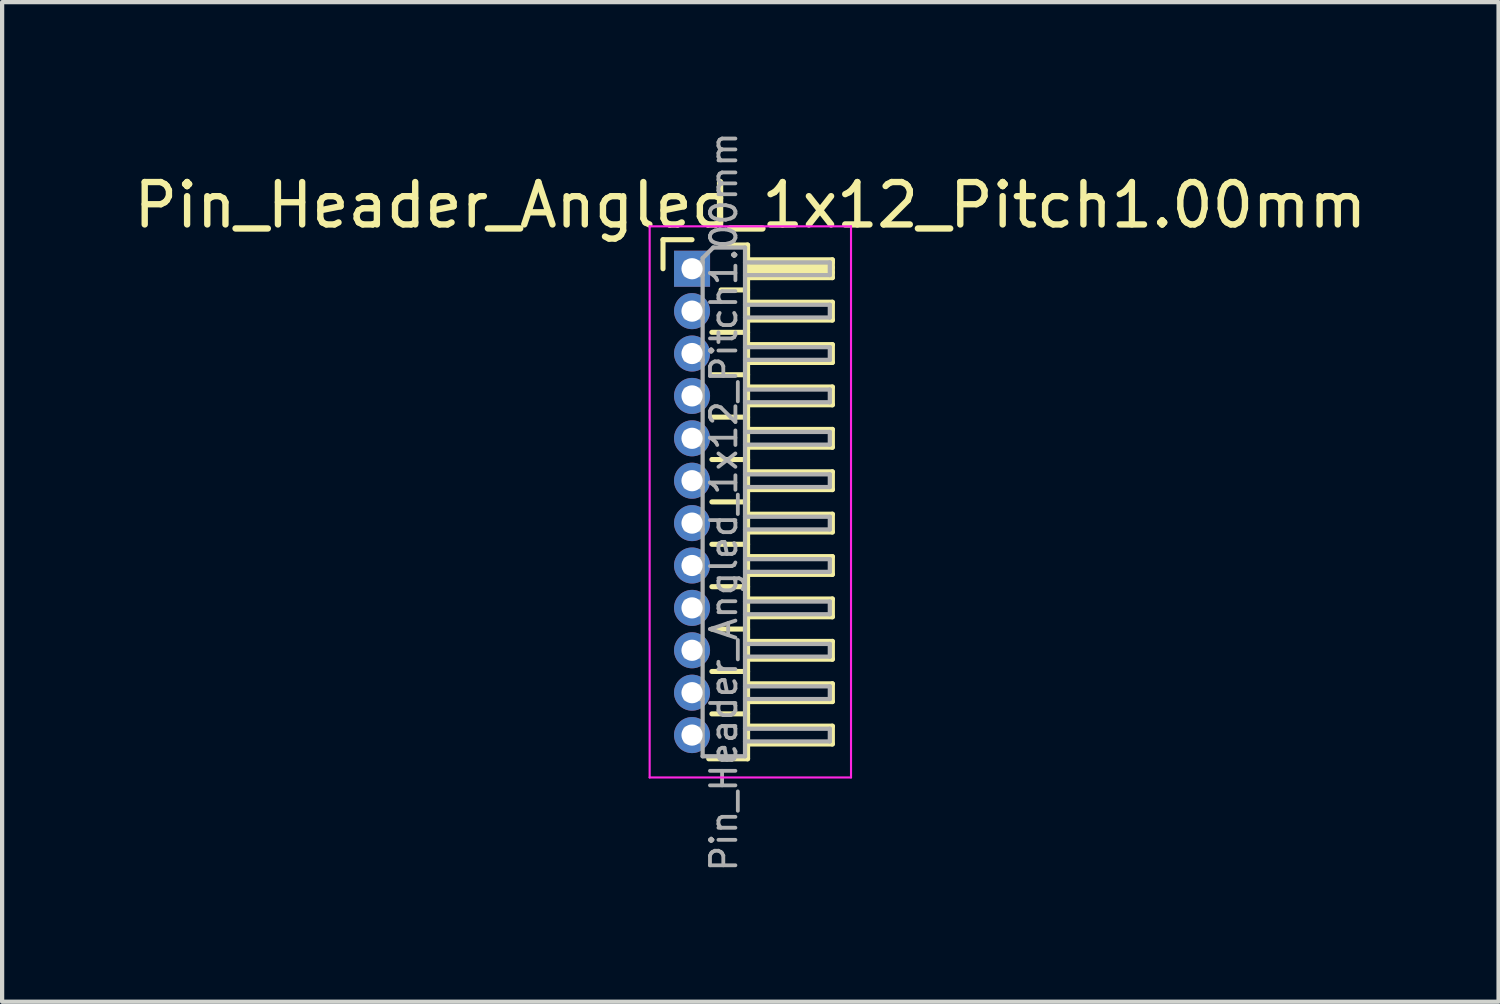
<source format=kicad_pcb>
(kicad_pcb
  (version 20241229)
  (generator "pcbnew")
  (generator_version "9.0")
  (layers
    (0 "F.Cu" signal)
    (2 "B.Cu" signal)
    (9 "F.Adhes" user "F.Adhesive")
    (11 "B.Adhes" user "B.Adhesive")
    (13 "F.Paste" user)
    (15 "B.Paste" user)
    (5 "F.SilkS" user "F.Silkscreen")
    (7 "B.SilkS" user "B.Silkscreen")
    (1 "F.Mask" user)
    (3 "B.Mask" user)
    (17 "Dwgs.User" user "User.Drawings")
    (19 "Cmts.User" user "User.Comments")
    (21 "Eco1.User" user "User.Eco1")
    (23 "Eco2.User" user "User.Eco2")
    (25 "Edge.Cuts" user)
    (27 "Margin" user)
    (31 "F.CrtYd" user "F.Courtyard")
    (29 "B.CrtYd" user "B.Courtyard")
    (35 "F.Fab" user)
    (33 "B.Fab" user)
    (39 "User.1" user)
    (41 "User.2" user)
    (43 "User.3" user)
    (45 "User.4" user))
  (footprint "Pin_Header_Angled_1x12_Pitch1.00mm"
    (layer "F.Cu")
    (at 13.274 3.289)
    (property "Reference" "Pin_Header_Angled_1x12_Pitch1.00mm" (at 1.375 -1.5 0) (layer "F.SilkS") (effects (font (size 1 1) (thickness 0.15))))
    (attr through_hole)
    (fp_line (start -0.685 -0.685) (end 0 -0.685) (stroke (width 0.12) (type solid)) (layer "F.SilkS"))
    (fp_line (start -0.685 0) (end -0.685 -0.685) (stroke (width 0.12) (type solid)) (layer "F.SilkS"))
    (fp_line (start 0.468 1.5) (end 1.31 1.5) (stroke (width 0.12) (type solid)) (layer "F.SilkS"))
    (fp_line (start 0.468 2.5) (end 1.31 2.5) (stroke (width 0.12) (type solid)) (layer "F.SilkS"))
    (fp_line (start 0.468 3.5) (end 1.31 3.5) (stroke (width 0.12) (type solid)) (layer "F.SilkS"))
    (fp_line (start 0.468 4.5) (end 1.31 4.5) (stroke (width 0.12) (type solid)) (layer "F.SilkS"))
    (fp_line (start 0.468 5.5) (end 1.31 5.5) (stroke (width 0.12) (type solid)) (layer "F.SilkS"))
    (fp_line (start 0.468 6.5) (end 1.31 6.5) (stroke (width 0.12) (type solid)) (layer "F.SilkS"))
    (fp_line (start 0.468 7.5) (end 1.31 7.5) (stroke (width 0.12) (type solid)) (layer "F.SilkS"))
    (fp_line (start 0.468 8.5) (end 1.31 8.5) (stroke (width 0.12) (type solid)) (layer "F.SilkS"))
    (fp_line (start 0.468 9.5) (end 1.31 9.5) (stroke (width 0.12) (type solid)) (layer "F.SilkS"))
    (fp_line (start 0.468 10.5) (end 1.31 10.5) (stroke (width 0.12) (type solid)) (layer "F.SilkS"))
    (fp_line (start 0.685 -0.56) (end 1.31 -0.56) (stroke (width 0.12) (type solid)) (layer "F.SilkS"))
    (fp_line (start 0.685 0.5) (end 1.31 0.5) (stroke (width 0.12) (type solid)) (layer "F.SilkS"))
    (fp_line (start 1.31 -0.56) (end 1.31 11.56) (stroke (width 0.12) (type solid)) (layer "F.SilkS"))
    (fp_line (start 1.31 -0.21) (end 3.31 -0.21) (stroke (width 0.12) (type solid)) (layer "F.SilkS"))
    (fp_line (start 1.31 -0.15) (end 3.31 -0.15) (stroke (width 0.12) (type solid)) (layer "F.SilkS"))
    (fp_line (start 1.31 -0.03) (end 3.31 -0.03) (stroke (width 0.12) (type solid)) (layer "F.SilkS"))
    (fp_line (start 1.31 0.09) (end 3.31 0.09) (stroke (width 0.12) (type solid)) (layer "F.SilkS"))
    (fp_line (start 1.31 0.79) (end 3.31 0.79) (stroke (width 0.12) (type solid)) (layer "F.SilkS"))
    (fp_line (start 1.31 1.79) (end 3.31 1.79) (stroke (width 0.12) (type solid)) (layer "F.SilkS"))
    (fp_line (start 1.31 2.79) (end 3.31 2.79) (stroke (width 0.12) (type solid)) (layer "F.SilkS"))
    (fp_line (start 1.31 3.79) (end 3.31 3.79) (stroke (width 0.12) (type solid)) (layer "F.SilkS"))
    (fp_line (start 1.31 4.79) (end 3.31 4.79) (stroke (width 0.12) (type solid)) (layer "F.SilkS"))
    (fp_line (start 1.31 5.79) (end 3.31 5.79) (stroke (width 0.12) (type solid)) (layer "F.SilkS"))
    (fp_line (start 1.31 6.79) (end 3.31 6.79) (stroke (width 0.12) (type solid)) (layer "F.SilkS"))
    (fp_line (start 1.31 7.79) (end 3.31 7.79) (stroke (width 0.12) (type solid)) (layer "F.SilkS"))
    (fp_line (start 1.31 8.79) (end 3.31 8.79) (stroke (width 0.12) (type solid)) (layer "F.SilkS"))
    (fp_line (start 1.31 9.79) (end 3.31 9.79) (stroke (width 0.12) (type solid)) (layer "F.SilkS"))
    (fp_line (start 1.31 10.79) (end 3.31 10.79) (stroke (width 0.12) (type solid)) (layer "F.SilkS"))
    (fp_line (start 1.31 11.56) (end 0.394 11.56) (stroke (width 0.12) (type solid)) (layer "F.SilkS"))
    (fp_line (start 3.31 -0.21) (end 3.31 0.21) (stroke (width 0.12) (type solid)) (layer "F.SilkS"))
    (fp_line (start 3.31 0.21) (end 1.31 0.21) (stroke (width 0.12) (type solid)) (layer "F.SilkS"))
    (fp_line (start 3.31 0.79) (end 3.31 1.21) (stroke (width 0.12) (type solid)) (layer "F.SilkS"))
    (fp_line (start 3.31 1.21) (end 1.31 1.21) (stroke (width 0.12) (type solid)) (layer "F.SilkS"))
    (fp_line (start 3.31 1.79) (end 3.31 2.21) (stroke (width 0.12) (type solid)) (layer "F.SilkS"))
    (fp_line (start 3.31 2.21) (end 1.31 2.21) (stroke (width 0.12) (type solid)) (layer "F.SilkS"))
    (fp_line (start 3.31 2.79) (end 3.31 3.21) (stroke (width 0.12) (type solid)) (layer "F.SilkS"))
    (fp_line (start 3.31 3.21) (end 1.31 3.21) (stroke (width 0.12) (type solid)) (layer "F.SilkS"))
    (fp_line (start 3.31 3.79) (end 3.31 4.21) (stroke (width 0.12) (type solid)) (layer "F.SilkS"))
    (fp_line (start 3.31 4.21) (end 1.31 4.21) (stroke (width 0.12) (type solid)) (layer "F.SilkS"))
    (fp_line (start 3.31 4.79) (end 3.31 5.21) (stroke (width 0.12) (type solid)) (layer "F.SilkS"))
    (fp_line (start 3.31 5.21) (end 1.31 5.21) (stroke (width 0.12) (type solid)) (layer "F.SilkS"))
    (fp_line (start 3.31 5.79) (end 3.31 6.21) (stroke (width 0.12) (type solid)) (layer "F.SilkS"))
    (fp_line (start 3.31 6.21) (end 1.31 6.21) (stroke (width 0.12) (type solid)) (layer "F.SilkS"))
    (fp_line (start 3.31 6.79) (end 3.31 7.21) (stroke (width 0.12) (type solid)) (layer "F.SilkS"))
    (fp_line (start 3.31 7.21) (end 1.31 7.21) (stroke (width 0.12) (type solid)) (layer "F.SilkS"))
    (fp_line (start 3.31 7.79) (end 3.31 8.21) (stroke (width 0.12) (type solid)) (layer "F.SilkS"))
    (fp_line (start 3.31 8.21) (end 1.31 8.21) (stroke (width 0.12) (type solid)) (layer "F.SilkS"))
    (fp_line (start 3.31 8.79) (end 3.31 9.21) (stroke (width 0.12) (type solid)) (layer "F.SilkS"))
    (fp_line (start 3.31 9.21) (end 1.31 9.21) (stroke (width 0.12) (type solid)) (layer "F.SilkS"))
    (fp_line (start 3.31 9.79) (end 3.31 10.21) (stroke (width 0.12) (type solid)) (layer "F.SilkS"))
    (fp_line (start 3.31 10.21) (end 1.31 10.21) (stroke (width 0.12) (type solid)) (layer "F.SilkS"))
    (fp_line (start 3.31 10.79) (end 3.31 11.21) (stroke (width 0.12) (type solid)) (layer "F.SilkS"))
    (fp_line (start 3.31 11.21) (end 1.31 11.21) (stroke (width 0.12) (type solid)) (layer "F.SilkS"))
    (fp_line (start -1 -1) (end -1 12) (stroke (width 0.05) (type solid)) (layer "F.CrtYd"))
    (fp_line (start -1 12) (end 3.75 12) (stroke (width 0.05) (type solid)) (layer "F.CrtYd"))
    (fp_line (start 3.75 -1) (end -1 -1) (stroke (width 0.05) (type solid)) (layer "F.CrtYd"))
    (fp_line (start 3.75 12) (end 3.75 -1) (stroke (width 0.05) (type solid)) (layer "F.CrtYd"))
    (fp_line (start -0.15 -0.15) (end -0.15 0.15) (stroke (width 0.1) (type solid)) (layer "F.Fab"))
    (fp_line (start -0.15 -0.15) (end 0.25 -0.15) (stroke (width 0.1) (type solid)) (layer "F.Fab"))
    (fp_line (start -0.15 0.15) (end 0.25 0.15) (stroke (width 0.1) (type solid)) (layer "F.Fab"))
    (fp_line (start -0.15 0.85) (end -0.15 1.15) (stroke (width 0.1) (type solid)) (layer "F.Fab"))
    (fp_line (start -0.15 0.85) (end 0.25 0.85) (stroke (width 0.1) (type solid)) (layer "F.Fab"))
    (fp_line (start -0.15 1.15) (end 0.25 1.15) (stroke (width 0.1) (type solid)) (layer "F.Fab"))
    (fp_line (start -0.15 1.85) (end -0.15 2.15) (stroke (width 0.1) (type solid)) (layer "F.Fab"))
    (fp_line (start -0.15 1.85) (end 0.25 1.85) (stroke (width 0.1) (type solid)) (layer "F.Fab"))
    (fp_line (start -0.15 2.15) (end 0.25 2.15) (stroke (width 0.1) (type solid)) (layer "F.Fab"))
    (fp_line (start -0.15 2.85) (end -0.15 3.15) (stroke (width 0.1) (type solid)) (layer "F.Fab"))
    (fp_line (start -0.15 2.85) (end 0.25 2.85) (stroke (width 0.1) (type solid)) (layer "F.Fab"))
    (fp_line (start -0.15 3.15) (end 0.25 3.15) (stroke (width 0.1) (type solid)) (layer "F.Fab"))
    (fp_line (start -0.15 3.85) (end -0.15 4.15) (stroke (width 0.1) (type solid)) (layer "F.Fab"))
    (fp_line (start -0.15 3.85) (end 0.25 3.85) (stroke (width 0.1) (type solid)) (layer "F.Fab"))
    (fp_line (start -0.15 4.15) (end 0.25 4.15) (stroke (width 0.1) (type solid)) (layer "F.Fab"))
    (fp_line (start -0.15 4.85) (end -0.15 5.15) (stroke (width 0.1) (type solid)) (layer "F.Fab"))
    (fp_line (start -0.15 4.85) (end 0.25 4.85) (stroke (width 0.1) (type solid)) (layer "F.Fab"))
    (fp_line (start -0.15 5.15) (end 0.25 5.15) (stroke (width 0.1) (type solid)) (layer "F.Fab"))
    (fp_line (start -0.15 5.85) (end -0.15 6.15) (stroke (width 0.1) (type solid)) (layer "F.Fab"))
    (fp_line (start -0.15 5.85) (end 0.25 5.85) (stroke (width 0.1) (type solid)) (layer "F.Fab"))
    (fp_line (start -0.15 6.15) (end 0.25 6.15) (stroke (width 0.1) (type solid)) (layer "F.Fab"))
    (fp_line (start -0.15 6.85) (end -0.15 7.15) (stroke (width 0.1) (type solid)) (layer "F.Fab"))
    (fp_line (start -0.15 6.85) (end 0.25 6.85) (stroke (width 0.1) (type solid)) (layer "F.Fab"))
    (fp_line (start -0.15 7.15) (end 0.25 7.15) (stroke (width 0.1) (type solid)) (layer "F.Fab"))
    (fp_line (start -0.15 7.85) (end -0.15 8.15) (stroke (width 0.1) (type solid)) (layer "F.Fab"))
    (fp_line (start -0.15 7.85) (end 0.25 7.85) (stroke (width 0.1) (type solid)) (layer "F.Fab"))
    (fp_line (start -0.15 8.15) (end 0.25 8.15) (stroke (width 0.1) (type solid)) (layer "F.Fab"))
    (fp_line (start -0.15 8.85) (end -0.15 9.15) (stroke (width 0.1) (type solid)) (layer "F.Fab"))
    (fp_line (start -0.15 8.85) (end 0.25 8.85) (stroke (width 0.1) (type solid)) (layer "F.Fab"))
    (fp_line (start -0.15 9.15) (end 0.25 9.15) (stroke (width 0.1) (type solid)) (layer "F.Fab"))
    (fp_line (start -0.15 9.85) (end -0.15 10.15) (stroke (width 0.1) (type solid)) (layer "F.Fab"))
    (fp_line (start -0.15 9.85) (end 0.25 9.85) (stroke (width 0.1) (type solid)) (layer "F.Fab"))
    (fp_line (start -0.15 10.15) (end 0.25 10.15) (stroke (width 0.1) (type solid)) (layer "F.Fab"))
    (fp_line (start -0.15 10.85) (end -0.15 11.15) (stroke (width 0.1) (type solid)) (layer "F.Fab"))
    (fp_line (start -0.15 10.85) (end 0.25 10.85) (stroke (width 0.1) (type solid)) (layer "F.Fab"))
    (fp_line (start -0.15 11.15) (end 0.25 11.15) (stroke (width 0.1) (type solid)) (layer "F.Fab"))
    (fp_line (start 0.25 -0.25) (end 0.5 -0.5) (stroke (width 0.1) (type solid)) (layer "F.Fab"))
    (fp_line (start 0.25 11.5) (end 0.25 -0.25) (stroke (width 0.1) (type solid)) (layer "F.Fab"))
    (fp_line (start 0.5 -0.5) (end 1.25 -0.5) (stroke (width 0.1) (type solid)) (layer "F.Fab"))
    (fp_line (start 1.25 -0.5) (end 1.25 11.5) (stroke (width 0.1) (type solid)) (layer "F.Fab"))
    (fp_line (start 1.25 -0.15) (end 3.25 -0.15) (stroke (width 0.1) (type solid)) (layer "F.Fab"))
    (fp_line (start 1.25 0.15) (end 3.25 0.15) (stroke (width 0.1) (type solid)) (layer "F.Fab"))
    (fp_line (start 1.25 0.85) (end 3.25 0.85) (stroke (width 0.1) (type solid)) (layer "F.Fab"))
    (fp_line (start 1.25 1.15) (end 3.25 1.15) (stroke (width 0.1) (type solid)) (layer "F.Fab"))
    (fp_line (start 1.25 1.85) (end 3.25 1.85) (stroke (width 0.1) (type solid)) (layer "F.Fab"))
    (fp_line (start 1.25 2.15) (end 3.25 2.15) (stroke (width 0.1) (type solid)) (layer "F.Fab"))
    (fp_line (start 1.25 2.85) (end 3.25 2.85) (stroke (width 0.1) (type solid)) (layer "F.Fab"))
    (fp_line (start 1.25 3.15) (end 3.25 3.15) (stroke (width 0.1) (type solid)) (layer "F.Fab"))
    (fp_line (start 1.25 3.85) (end 3.25 3.85) (stroke (width 0.1) (type solid)) (layer "F.Fab"))
    (fp_line (start 1.25 4.15) (end 3.25 4.15) (stroke (width 0.1) (type solid)) (layer "F.Fab"))
    (fp_line (start 1.25 4.85) (end 3.25 4.85) (stroke (width 0.1) (type solid)) (layer "F.Fab"))
    (fp_line (start 1.25 5.15) (end 3.25 5.15) (stroke (width 0.1) (type solid)) (layer "F.Fab"))
    (fp_line (start 1.25 5.85) (end 3.25 5.85) (stroke (width 0.1) (type solid)) (layer "F.Fab"))
    (fp_line (start 1.25 6.15) (end 3.25 6.15) (stroke (width 0.1) (type solid)) (layer "F.Fab"))
    (fp_line (start 1.25 6.85) (end 3.25 6.85) (stroke (width 0.1) (type solid)) (layer "F.Fab"))
    (fp_line (start 1.25 7.15) (end 3.25 7.15) (stroke (width 0.1) (type solid)) (layer "F.Fab"))
    (fp_line (start 1.25 7.85) (end 3.25 7.85) (stroke (width 0.1) (type solid)) (layer "F.Fab"))
    (fp_line (start 1.25 8.15) (end 3.25 8.15) (stroke (width 0.1) (type solid)) (layer "F.Fab"))
    (fp_line (start 1.25 8.85) (end 3.25 8.85) (stroke (width 0.1) (type solid)) (layer "F.Fab"))
    (fp_line (start 1.25 9.15) (end 3.25 9.15) (stroke (width 0.1) (type solid)) (layer "F.Fab"))
    (fp_line (start 1.25 9.85) (end 3.25 9.85) (stroke (width 0.1) (type solid)) (layer "F.Fab"))
    (fp_line (start 1.25 10.15) (end 3.25 10.15) (stroke (width 0.1) (type solid)) (layer "F.Fab"))
    (fp_line (start 1.25 10.85) (end 3.25 10.85) (stroke (width 0.1) (type solid)) (layer "F.Fab"))
    (fp_line (start 1.25 11.15) (end 3.25 11.15) (stroke (width 0.1) (type solid)) (layer "F.Fab"))
    (fp_line (start 1.25 11.5) (end 0.25 11.5) (stroke (width 0.1) (type solid)) (layer "F.Fab"))
    (fp_line (start 3.25 -0.15) (end 3.25 0.15) (stroke (width 0.1) (type solid)) (layer "F.Fab"))
    (fp_line (start 3.25 0.85) (end 3.25 1.15) (stroke (width 0.1) (type solid)) (layer "F.Fab"))
    (fp_line (start 3.25 1.85) (end 3.25 2.15) (stroke (width 0.1) (type solid)) (layer "F.Fab"))
    (fp_line (start 3.25 2.85) (end 3.25 3.15) (stroke (width 0.1) (type solid)) (layer "F.Fab"))
    (fp_line (start 3.25 3.85) (end 3.25 4.15) (stroke (width 0.1) (type solid)) (layer "F.Fab"))
    (fp_line (start 3.25 4.85) (end 3.25 5.15) (stroke (width 0.1) (type solid)) (layer "F.Fab"))
    (fp_line (start 3.25 5.85) (end 3.25 6.15) (stroke (width 0.1) (type solid)) (layer "F.Fab"))
    (fp_line (start 3.25 6.85) (end 3.25 7.15) (stroke (width 0.1) (type solid)) (layer "F.Fab"))
    (fp_line (start 3.25 7.85) (end 3.25 8.15) (stroke (width 0.1) (type solid)) (layer "F.Fab"))
    (fp_line (start 3.25 8.85) (end 3.25 9.15) (stroke (width 0.1) (type solid)) (layer "F.Fab"))
    (fp_line (start 3.25 9.85) (end 3.25 10.15) (stroke (width 0.1) (type solid)) (layer "F.Fab"))
    (fp_line (start 3.25 10.85) (end 3.25 11.15) (stroke (width 0.1) (type solid)) (layer "F.Fab"))
    (fp_text user "${REFERENCE}" (at 0.75 5.5 90) (layer "F.Fab") (effects (font (size 0.6 0.6) (thickness 0.09))))
    (pad "1" thru_hole rect (at 0 0) (size 0.85 0.85) (drill 0.5) (layers "*.Cu" "*.Mask"))
    (pad "2" thru_hole oval (at 0 1) (size 0.85 0.85) (drill 0.5) (layers "*.Cu" "*.Mask"))
    (pad "3" thru_hole oval (at 0 2) (size 0.85 0.85) (drill 0.5) (layers "*.Cu" "*.Mask"))
    (pad "4" thru_hole oval (at 0 3) (size 0.85 0.85) (drill 0.5) (layers "*.Cu" "*.Mask"))
    (pad "5" thru_hole oval (at 0 4) (size 0.85 0.85) (drill 0.5) (layers "*.Cu" "*.Mask"))
    (pad "6" thru_hole oval (at 0 5) (size 0.85 0.85) (drill 0.5) (layers "*.Cu" "*.Mask"))
    (pad "7" thru_hole oval (at 0 6) (size 0.85 0.85) (drill 0.5) (layers "*.Cu" "*.Mask"))
    (pad "8" thru_hole oval (at 0 7) (size 0.85 0.85) (drill 0.5) (layers "*.Cu" "*.Mask"))
    (pad "9" thru_hole oval (at 0 8) (size 0.85 0.85) (drill 0.5) (layers "*.Cu" "*.Mask"))
    (pad "10" thru_hole oval (at 0 9) (size 0.85 0.85) (drill 0.5) (layers "*.Cu" "*.Mask"))
    (pad "11" thru_hole oval (at 0 10) (size 0.85 0.85) (drill 0.5) (layers "*.Cu" "*.Mask"))
    (pad "12" thru_hole oval (at 0 11) (size 0.85 0.85) (drill 0.5) (layers "*.Cu" "*.Mask")))
  (gr_rect
    (start -3 -3)
    (end 32.298 20.579)
    (stroke (width 0.1) (type default))
    (fill no)
    (layer "Edge.Cuts")))
</source>
